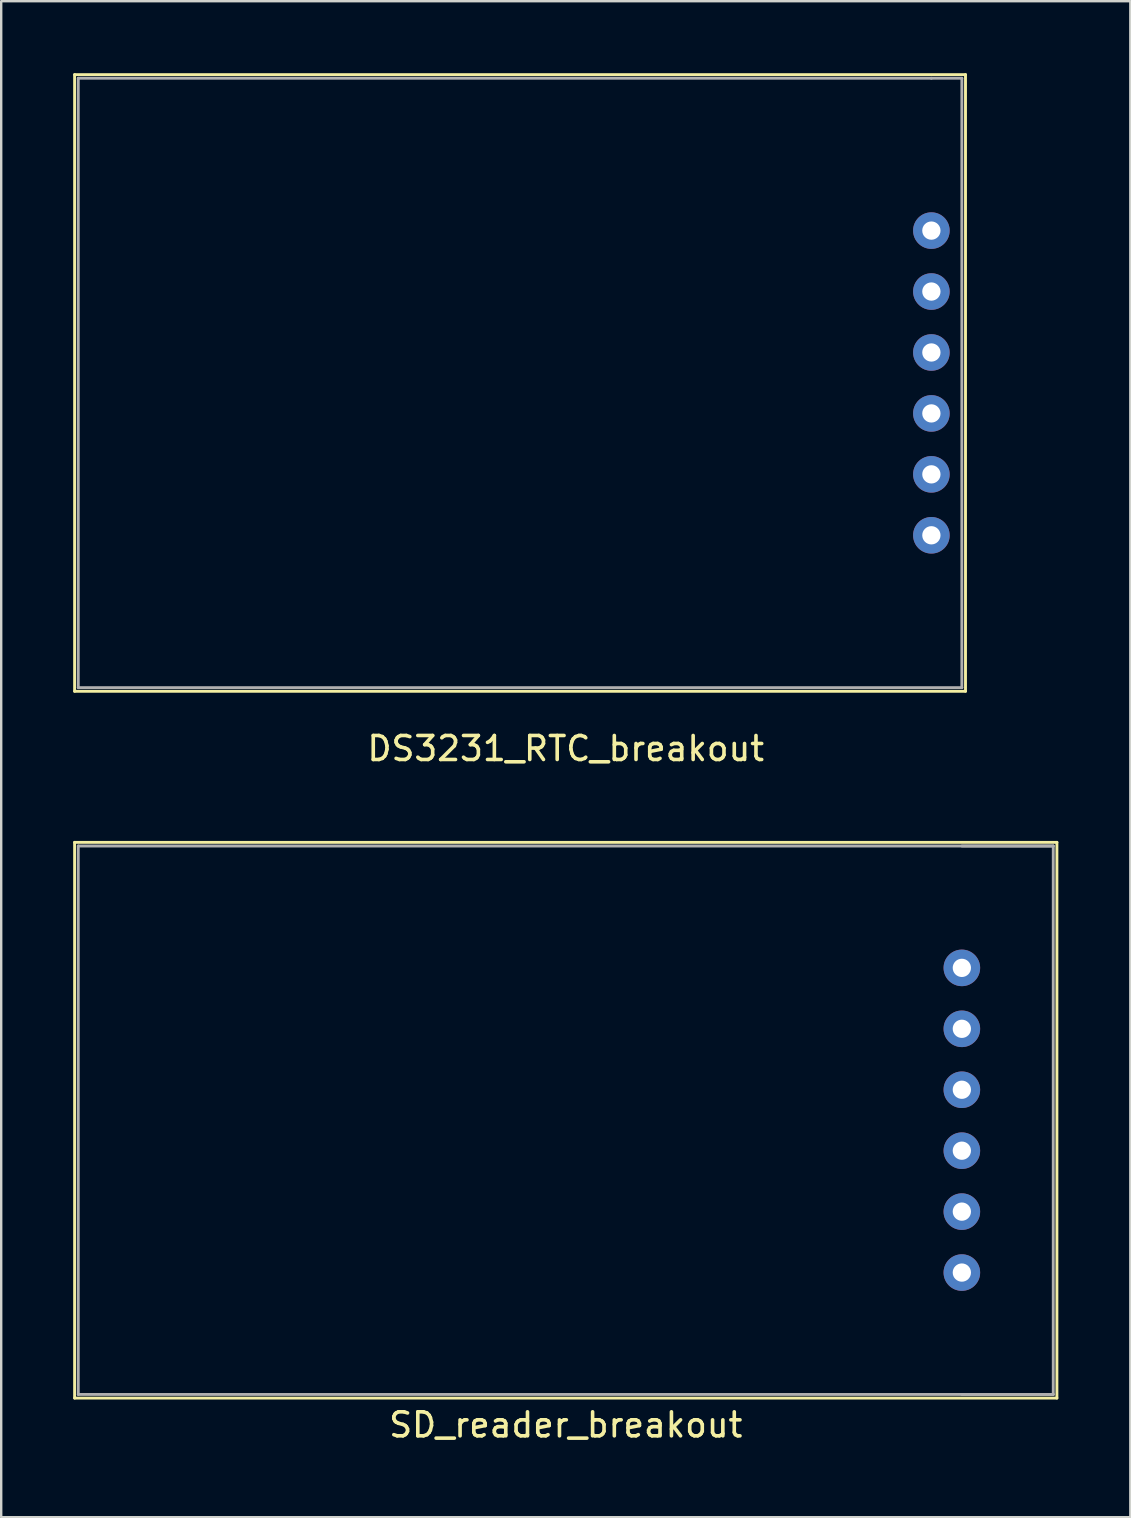
<source format=kicad_pcb>
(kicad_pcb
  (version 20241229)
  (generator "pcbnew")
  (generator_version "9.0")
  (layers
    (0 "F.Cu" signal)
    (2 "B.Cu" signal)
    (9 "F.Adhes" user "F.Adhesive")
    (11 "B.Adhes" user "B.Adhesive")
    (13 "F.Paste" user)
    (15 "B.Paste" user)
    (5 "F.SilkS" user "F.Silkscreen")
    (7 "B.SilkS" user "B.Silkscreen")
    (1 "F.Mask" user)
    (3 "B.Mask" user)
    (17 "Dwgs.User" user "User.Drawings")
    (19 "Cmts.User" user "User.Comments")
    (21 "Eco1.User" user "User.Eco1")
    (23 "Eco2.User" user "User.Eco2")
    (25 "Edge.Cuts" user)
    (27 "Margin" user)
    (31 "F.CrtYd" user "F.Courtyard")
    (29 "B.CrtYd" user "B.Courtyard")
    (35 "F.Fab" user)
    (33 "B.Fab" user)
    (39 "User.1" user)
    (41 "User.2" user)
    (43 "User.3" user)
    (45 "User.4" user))
  (footprint "DS3231_RTC_breakout"
    (layer "F.Cu")
    (at 20.532 12.912)
    (property "Reference" "DS3231_RTC_breakout" (at 0 15.24 0) (layer "F.SilkS") (effects (font (size 1 1) (thickness 0.15))))
    (attr through_hole)
    (fp_line (start -20.472 -12.852) (end -20.472 12.852) (stroke (width 0.12) (type solid)) (layer "F.SilkS"))
    (fp_line (start -20.472 -12.852) (end 16.662 -12.852) (stroke (width 0.12) (type solid)) (layer "F.SilkS"))
    (fp_line (start 16.662 -12.852) (end 16.662 12.852) (stroke (width 0.12) (type solid)) (layer "F.SilkS"))
    (fp_line (start 16.662 12.852) (end -20.472 12.852) (stroke (width 0.12) (type solid)) (layer "F.SilkS"))
    (fp_line (start -20.32 -12.7) (end 15.24 -12.7) (stroke (width 0.12) (type solid)) (layer "F.Fab"))
    (fp_line (start -20.32 12.7) (end -20.32 -12.7) (stroke (width 0.12) (type solid)) (layer "F.Fab"))
    (fp_line (start 15.24 -12.7) (end 16.51 -12.7) (stroke (width 0.12) (type solid)) (layer "F.Fab"))
    (fp_line (start 16.51 -12.7) (end 16.51 12.7) (stroke (width 0.12) (type solid)) (layer "F.Fab"))
    (fp_line (start 16.51 12.7) (end -20.32 12.7) (stroke (width 0.12) (type solid)) (layer "F.Fab"))
    (pad "1" thru_hole circle (at 15.24 -6.35) (size 1.524 1.524) (drill 0.762) (layers "*.Cu" "*.Mask"))
    (pad "2" thru_hole circle (at 15.24 -3.81) (size 1.524 1.524) (drill 0.762) (layers "*.Cu" "*.Mask"))
    (pad "3" thru_hole circle (at 15.24 -1.27) (size 1.524 1.524) (drill 0.762) (layers "*.Cu" "*.Mask"))
    (pad "4" thru_hole circle (at 15.24 1.27) (size 1.524 1.524) (drill 0.762) (layers "*.Cu" "*.Mask"))
    (pad "5" thru_hole circle (at 15.24 3.81) (size 1.524 1.524) (drill 0.762) (layers "*.Cu" "*.Mask"))
    (pad "6" thru_hole circle (at 15.24 6.35) (size 1.524 1.524) (drill 0.762) (layers "*.Cu" "*.Mask")))
  (footprint "SD_reader_breakout"
    (layer "F.Cu")
    (at 20.532 43.643)
    (property "Reference" "SD_reader_breakout" (at 0 12.7 0) (layer "F.SilkS") (effects (font (size 1 1) (thickness 0.15))))
    (attr through_hole)
    (fp_line (start -20.472 -11.582) (end 20.472 -11.582) (stroke (width 0.12) (type solid)) (layer "F.SilkS"))
    (fp_line (start -20.472 11.582) (end -20.472 -11.582) (stroke (width 0.12) (type solid)) (layer "F.SilkS"))
    (fp_line (start 20.472 11.582) (end -20.472 11.582) (stroke (width 0.12) (type solid)) (layer "F.SilkS"))
    (fp_line (start 20.472 11.582) (end 20.472 -11.582) (stroke (width 0.12) (type solid)) (layer "F.SilkS"))
    (fp_line (start -20.32 -11.43) (end 20.32 -11.43) (stroke (width 0.12) (type solid)) (layer "F.Fab"))
    (fp_line (start -20.32 11.43) (end -20.32 -11.43) (stroke (width 0.12) (type solid)) (layer "F.Fab"))
    (fp_line (start 16.51 -11.43) (end 20.32 -11.43) (stroke (width 0.12) (type solid)) (layer "F.Fab"))
    (fp_line (start 20.32 -11.43) (end 20.32 11.43) (stroke (width 0.12) (type solid)) (layer "F.Fab"))
    (fp_line (start 20.32 11.43) (end -20.32 11.43) (stroke (width 0.12) (type solid)) (layer "F.Fab"))
    (fp_line (start 20.32 11.43) (end 16.51 11.43) (stroke (width 0.12) (type solid)) (layer "F.Fab"))
    (pad "1" thru_hole circle (at 16.51 -6.35) (size 1.524 1.524) (drill 0.762) (layers "*.Cu" "*.Mask"))
    (pad "2" thru_hole circle (at 16.51 -3.81) (size 1.524 1.524) (drill 0.762) (layers "*.Cu" "*.Mask"))
    (pad "3" thru_hole circle (at 16.51 -1.27) (size 1.524 1.524) (drill 0.762) (layers "*.Cu" "*.Mask"))
    (pad "4" thru_hole circle (at 16.51 1.27) (size 1.524 1.524) (drill 0.762) (layers "*.Cu" "*.Mask"))
    (pad "5" thru_hole circle (at 16.51 3.81) (size 1.524 1.524) (drill 0.762) (layers "*.Cu" "*.Mask"))
    (pad "6" thru_hole circle (at 16.51 6.35) (size 1.524 1.524) (drill 0.762) (layers "*.Cu" "*.Mask")))
  (gr_rect
    (start -3 -3)
    (end 44.065 60.191)
    (stroke (width 0.1) (type default))
    (fill no)
    (layer "Edge.Cuts")))
</source>
